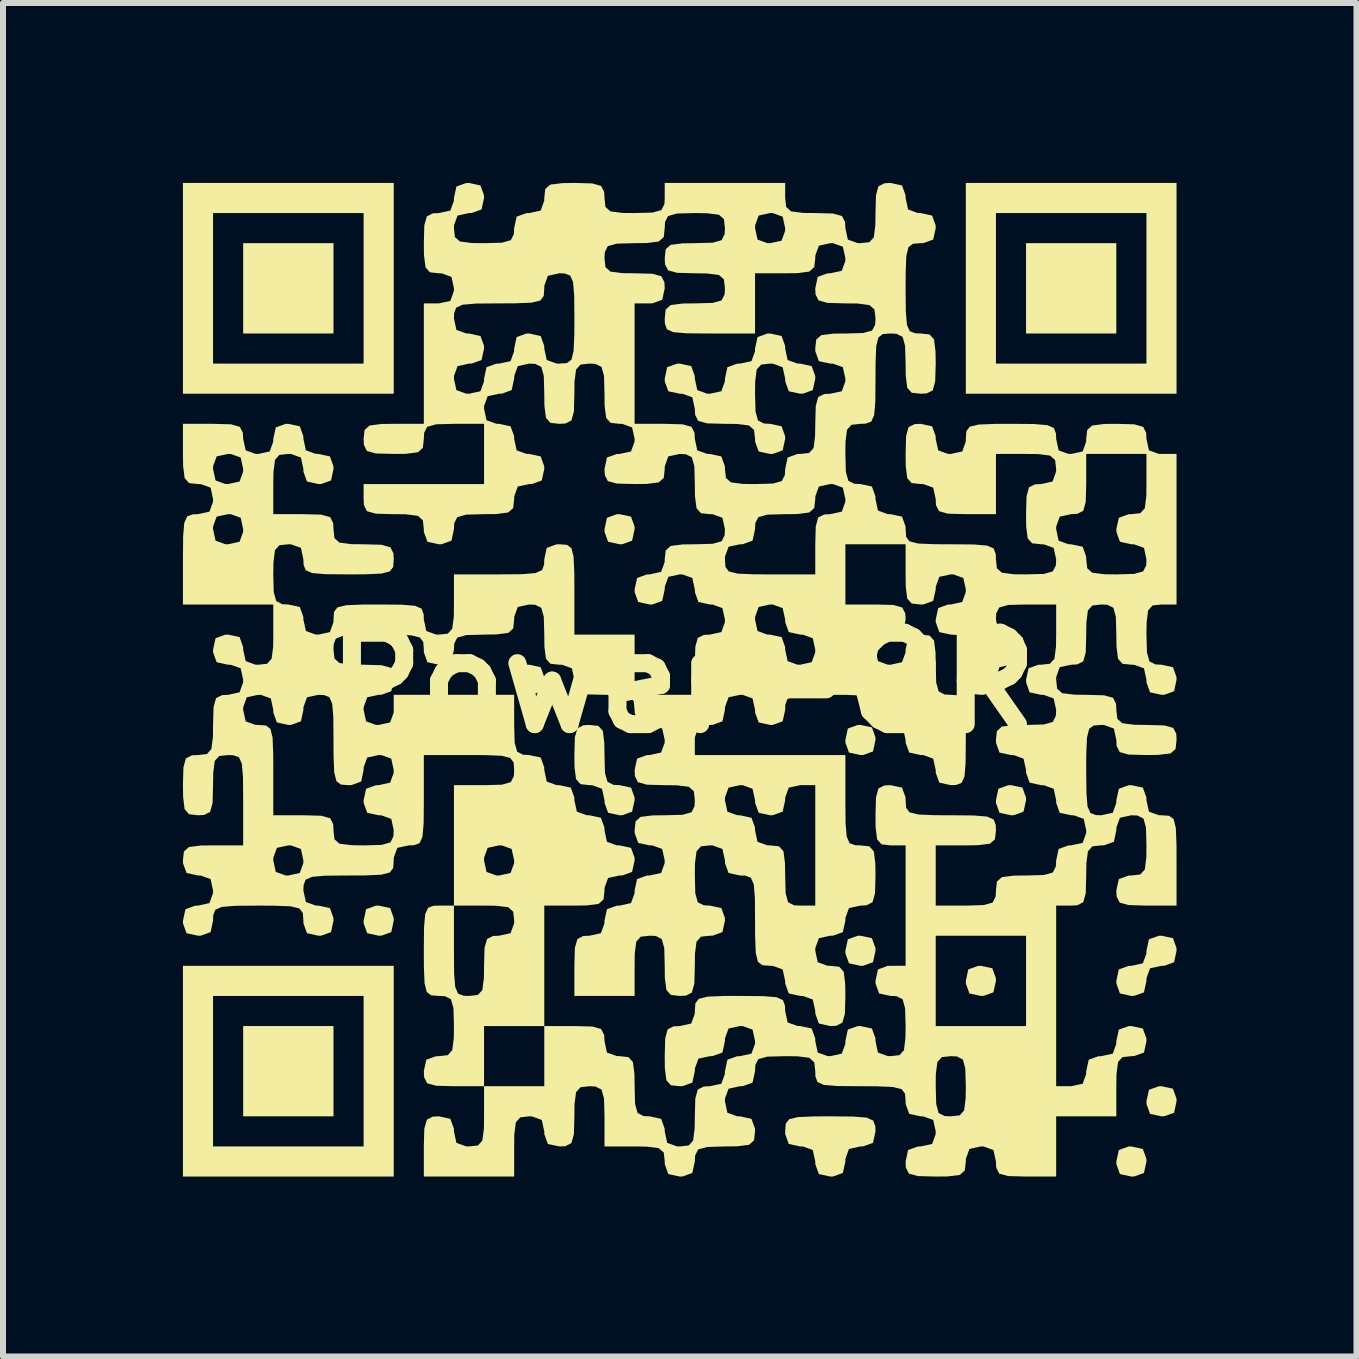
<source format=kicad_pcb>
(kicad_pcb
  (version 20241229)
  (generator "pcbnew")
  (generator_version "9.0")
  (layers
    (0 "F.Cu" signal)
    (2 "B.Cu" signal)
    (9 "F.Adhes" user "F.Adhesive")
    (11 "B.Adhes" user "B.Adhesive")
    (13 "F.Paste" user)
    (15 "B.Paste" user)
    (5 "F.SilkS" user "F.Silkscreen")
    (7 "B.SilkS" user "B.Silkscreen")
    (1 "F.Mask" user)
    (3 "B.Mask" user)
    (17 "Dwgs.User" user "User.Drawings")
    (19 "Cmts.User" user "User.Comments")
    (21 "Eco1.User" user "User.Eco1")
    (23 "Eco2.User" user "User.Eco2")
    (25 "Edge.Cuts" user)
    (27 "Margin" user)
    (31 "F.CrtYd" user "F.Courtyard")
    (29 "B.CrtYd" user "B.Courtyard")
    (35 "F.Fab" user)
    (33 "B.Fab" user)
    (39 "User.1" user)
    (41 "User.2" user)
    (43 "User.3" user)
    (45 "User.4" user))
  (footprint "Power-QR"
    (layer "F.Cu")
    (at 8.333 8.333)
    (property "Reference" "Power-QR" (at 0 0 0) (layer "F.SilkS") (effects (font (size 1.524 1.524) (thickness 0.3))))
    (attr board_only exclude_from_pos_files exclude_from_bom)
    (fp_poly (pts (xy -5.823 -5.823) (xy -7.329 -5.823) (xy -7.329 -7.329) (xy -5.823 -7.329)) (stroke (width 0) (type solid)) (fill yes) (layer "F.SilkS"))
    (fp_poly (pts (xy -5.823 7.228) (xy -7.329 7.228) (xy -7.329 5.723) (xy -5.823 5.723)) (stroke (width 0) (type solid)) (fill yes) (layer "F.SilkS"))
    (fp_poly (pts (xy 7.228 -5.823) (xy 5.723 -5.823) (xy 5.723 -7.329) (xy 7.228 -7.329)) (stroke (width 0) (type solid)) (fill yes) (layer "F.SilkS"))
    (fp_poly (pts (xy -4.819 -4.819) (xy -8.333 -4.819) (xy -8.333 -5.321) (xy -7.831 -5.321) (xy -5.321 -5.321) (xy -5.321 -7.831) (xy -7.831 -7.831) (xy -7.831 -5.321) (xy -8.333 -5.321) (xy -8.333 -8.333) (xy -4.819 -8.333)) (stroke (width 0) (type solid)) (fill yes) (layer "F.SilkS"))
    (fp_poly (pts (xy -4.819 8.232) (xy -8.333 8.232) (xy -8.333 7.73) (xy -7.831 7.73) (xy -5.321 7.73) (xy -5.321 5.221) (xy -7.831 5.221) (xy -7.831 7.73) (xy -8.333 7.73) (xy -8.333 4.719) (xy -4.819 4.719)) (stroke (width 0) (type solid)) (fill yes) (layer "F.SilkS"))
    (fp_poly (pts (xy 8.232 -4.819) (xy 4.719 -4.819) (xy 4.719 -5.321) (xy 5.221 -5.321) (xy 7.73 -5.321) (xy 7.73 -7.831) (xy 5.221 -7.831) (xy 5.221 -5.321) (xy 4.719 -5.321) (xy 4.719 -8.333) (xy 8.232 -8.333)) (stroke (width 0) (type solid)) (fill yes) (layer "F.SilkS"))
    (fp_poly (pts (xy -4.879 3.756) (xy -4.82 3.919) (xy -4.819 3.966) (xy -4.86 4.157) (xy -5.024 4.216) (xy -5.07 4.217) (xy -5.261 4.175) (xy -5.32 4.012) (xy -5.321 3.966) (xy -5.279 3.775) (xy -5.116 3.716) (xy -5.07 3.715)) (stroke (width 0) (type solid)) (fill yes) (layer "F.SilkS"))
    (fp_poly (pts (xy -2.369 -0.26) (xy -2.31 -0.096) (xy -2.309 -0.05) (xy -2.351 0.141) (xy -2.514 0.2) (xy -2.56 0.201) (xy -2.751 0.159) (xy -2.81 -0.004) (xy -2.811 -0.05) (xy -2.77 -0.241) (xy -2.606 -0.3) (xy -2.56 -0.301)) (stroke (width 0) (type solid)) (fill yes) (layer "F.SilkS"))
    (fp_poly (pts (xy -0.863 -2.77) (xy -0.804 -2.606) (xy -0.803 -2.56) (xy -0.845 -2.369) (xy -1.008 -2.31) (xy -1.054 -2.309) (xy -1.245 -2.351) (xy -1.304 -2.514) (xy -1.305 -2.56) (xy -1.264 -2.751) (xy -1.1 -2.81) (xy -1.054 -2.811)) (stroke (width 0) (type solid)) (fill yes) (layer "F.SilkS"))
    (fp_poly (pts (xy 3.153 0.744) (xy 3.212 0.908) (xy 3.213 0.954) (xy 3.171 1.145) (xy 3.008 1.204) (xy 2.962 1.205) (xy 2.771 1.163) (xy 2.712 1) (xy 2.711 0.954) (xy 2.752 0.763) (xy 2.915 0.704) (xy 2.962 0.703)) (stroke (width 0) (type solid)) (fill yes) (layer "F.SilkS"))
    (fp_poly (pts (xy 3.153 4.258) (xy 3.212 4.421) (xy 3.213 4.468) (xy 3.171 4.659) (xy 3.008 4.718) (xy 2.962 4.719) (xy 2.771 4.677) (xy 2.712 4.514) (xy 2.711 4.468) (xy 2.752 4.277) (xy 2.915 4.218) (xy 2.962 4.217)) (stroke (width 0) (type solid)) (fill yes) (layer "F.SilkS"))
    (fp_poly (pts (xy 5.161 4.76) (xy 5.219 4.923) (xy 5.221 4.97) (xy 5.179 5.161) (xy 5.016 5.219) (xy 4.97 5.221) (xy 4.779 5.179) (xy 4.72 5.016) (xy 4.719 4.97) (xy 4.76 4.779) (xy 4.923 4.72) (xy 4.97 4.719)) (stroke (width 0) (type solid)) (fill yes) (layer "F.SilkS"))
    (fp_poly (pts (xy 5.663 1.748) (xy 5.721 1.911) (xy 5.723 1.958) (xy 5.681 2.149) (xy 5.518 2.208) (xy 5.472 2.209) (xy 5.28 2.167) (xy 5.222 2.004) (xy 5.221 1.958) (xy 5.262 1.767) (xy 5.425 1.708) (xy 5.472 1.707)) (stroke (width 0) (type solid)) (fill yes) (layer "F.SilkS"))
    (fp_poly (pts (xy 7.67 7.772) (xy 7.729 7.935) (xy 7.73 7.981) (xy 7.689 8.172) (xy 7.526 8.231) (xy 7.479 8.232) (xy 7.288 8.191) (xy 7.23 8.028) (xy 7.228 7.981) (xy 7.27 7.79) (xy 7.433 7.731) (xy 7.479 7.73)) (stroke (width 0) (type solid)) (fill yes) (layer "F.SilkS"))
    (fp_poly (pts (xy 8.172 6.768) (xy 8.231 6.931) (xy 8.232 6.977) (xy 8.191 7.169) (xy 8.028 7.227) (xy 7.981 7.228) (xy 7.79 7.187) (xy 7.731 7.024) (xy 7.73 6.977) (xy 7.772 6.786) (xy 7.935 6.728) (xy 7.981 6.726)) (stroke (width 0) (type solid)) (fill yes) (layer "F.SilkS"))
    (fp_poly (pts (xy 8.172 4.258) (xy 8.231 4.421) (xy 8.232 4.468) (xy 8.191 4.659) (xy 8.028 4.718) (xy 7.981 4.719) (xy 7.79 4.76) (xy 7.731 4.923) (xy 7.73 4.97) (xy 7.689 5.161) (xy 7.526 5.219) (xy 7.479 5.221) (xy 7.288 5.179) (xy 7.23 5.016) (xy 7.228 4.97) (xy 7.27 4.779) (xy 7.433 4.72) (xy 7.479 4.719) (xy 7.67 4.677) (xy 7.729 4.514) (xy 7.73 4.468) (xy 7.772 4.277) (xy 7.935 4.218) (xy 7.981 4.217)) (stroke (width 0) (type solid)) (fill yes) (layer "F.SilkS"))
    (fp_poly (pts (xy -1.407 0.719) (xy -1.333 0.802) (xy -1.308 1.003) (xy -1.305 1.205) (xy -1.297 1.503) (xy -1.255 1.651) (xy -1.155 1.702) (xy -1.054 1.707) (xy -0.863 1.748) (xy -0.804 1.911) (xy -0.803 1.958) (xy -0.845 2.149) (xy -1.008 2.208) (xy -1.054 2.209) (xy -1.245 2.167) (xy -1.304 2.004) (xy -1.305 1.958) (xy -1.347 1.767) (xy -1.51 1.708) (xy -1.556 1.707) (xy -1.705 1.69) (xy -1.779 1.607) (xy -1.805 1.406) (xy -1.807 1.205) (xy -1.799 0.907) (xy -1.757 0.758) (xy -1.657 0.708) (xy -1.556 0.703)) (stroke (width 0) (type solid)) (fill yes) (layer "F.SilkS"))
    (fp_poly (pts (xy 2.843 7.232) (xy 3.067 7.25) (xy 3.175 7.299) (xy 3.21 7.391) (xy 3.213 7.479) (xy 3.171 7.67) (xy 3.008 7.729) (xy 2.962 7.73) (xy 2.771 7.772) (xy 2.712 7.935) (xy 2.711 7.981) (xy 2.669 8.172) (xy 2.506 8.231) (xy 2.46 8.232) (xy 2.269 8.191) (xy 2.21 8.028) (xy 2.209 7.981) (xy 2.167 7.79) (xy 2.004 7.731) (xy 1.958 7.73) (xy 1.767 7.689) (xy 1.708 7.526) (xy 1.707 7.479) (xy 1.716 7.352) (xy 1.772 7.277) (xy 1.918 7.241) (xy 2.195 7.229) (xy 2.46 7.228)) (stroke (width 0) (type solid)) (fill yes) (layer "F.SilkS"))
    (fp_poly (pts (xy 1.647 -5.781) (xy 1.706 -5.618) (xy 1.707 -5.572) (xy 1.748 -5.381) (xy 1.911 -5.322) (xy 1.958 -5.321) (xy 2.149 -5.279) (xy 2.208 -5.116) (xy 2.209 -5.07) (xy 2.167 -4.879) (xy 2.004 -4.82) (xy 1.958 -4.819) (xy 1.767 -4.86) (xy 1.708 -5.024) (xy 1.707 -5.07) (xy 1.665 -5.261) (xy 1.502 -5.32) (xy 1.456 -5.321) (xy 1.307 -5.305) (xy 1.232 -5.222) (xy 1.207 -5.02) (xy 1.205 -4.819) (xy 1.213 -4.521) (xy 1.254 -4.372) (xy 1.355 -4.322) (xy 1.456 -4.317) (xy 1.647 -4.276) (xy 1.706 -4.112) (xy 1.707 -4.066) (xy 1.665 -3.875) (xy 1.502 -3.816) (xy 1.456 -3.815) (xy 1.265 -3.856) (xy 1.206 -4.02) (xy 1.205 -4.066) (xy 1.188 -4.215) (xy 1.105 -4.289) (xy 0.904 -4.315) (xy 0.703 -4.317) (xy 0.405 -4.325) (xy 0.256 -4.367) (xy 0.206 -4.467) (xy 0.201 -4.568) (xy 0.159 -4.759) (xy -0.004 -4.818) (xy -0.05 -4.819) (xy -0.241 -4.86) (xy -0.3 -5.024) (xy -0.301 -5.07) (xy -0.26 -5.261) (xy -0.096 -5.32) (xy -0.05 -5.321) (xy 0.141 -5.279) (xy 0.2 -5.116) (xy 0.201 -5.07) (xy 0.242 -4.879) (xy 0.406 -4.82) (xy 0.452 -4.819) (xy 0.643 -4.86) (xy 0.702 -5.024) (xy 0.703 -5.07) (xy 0.744 -5.261) (xy 0.908 -5.32) (xy 0.954 -5.321) (xy 1.145 -5.362) (xy 1.204 -5.526) (xy 1.205 -5.572) (xy 1.246 -5.763) (xy 1.409 -5.822) (xy 1.456 -5.823)) (stroke (width 0) (type solid)) (fill yes) (layer "F.SilkS"))
    (fp_poly (pts (xy 1.707 -8.082) (xy 1.723 -7.933) (xy 1.806 -7.859) (xy 2.007 -7.833) (xy 2.209 -7.831) (xy 2.507 -7.823) (xy 2.655 -7.781) (xy 2.706 -7.681) (xy 2.711 -7.58) (xy 2.752 -7.389) (xy 2.915 -7.33) (xy 2.962 -7.329) (xy 3.111 -7.345) (xy 3.185 -7.428) (xy 3.21 -7.629) (xy 3.213 -7.831) (xy 3.221 -8.129) (xy 3.262 -8.277) (xy 3.363 -8.328) (xy 3.464 -8.333) (xy 3.655 -8.291) (xy 3.714 -8.128) (xy 3.715 -8.082) (xy 3.756 -7.891) (xy 3.919 -7.832) (xy 3.966 -7.831) (xy 4.157 -7.789) (xy 4.216 -7.626) (xy 4.217 -7.58) (xy 4.175 -7.389) (xy 4.012 -7.33) (xy 3.966 -7.329) (xy 3.838 -7.319) (xy 3.763 -7.263) (xy 3.727 -7.118) (xy 3.716 -6.84) (xy 3.715 -6.576) (xy 3.718 -6.193) (xy 3.737 -5.968) (xy 3.785 -5.86) (xy 3.877 -5.826) (xy 3.966 -5.823) (xy 4.115 -5.807) (xy 4.189 -5.724) (xy 4.214 -5.522) (xy 4.217 -5.321) (xy 4.208 -5.023) (xy 4.167 -4.874) (xy 4.066 -4.824) (xy 3.966 -4.819) (xy 3.817 -4.835) (xy 3.742 -4.918) (xy 3.717 -5.119) (xy 3.715 -5.321) (xy 3.706 -5.619) (xy 3.665 -5.767) (xy 3.564 -5.818) (xy 3.464 -5.823) (xy 3.336 -5.814) (xy 3.261 -5.757) (xy 3.225 -5.612) (xy 3.214 -5.334) (xy 3.213 -5.07) (xy 3.21 -4.687) (xy 3.191 -4.462) (xy 3.142 -4.354) (xy 3.05 -4.32) (xy 2.962 -4.317) (xy 2.813 -4.301) (xy 2.738 -4.218) (xy 2.713 -4.016) (xy 2.711 -3.815) (xy 2.719 -3.517) (xy 2.76 -3.368) (xy 2.861 -3.318) (xy 2.962 -3.313) (xy 3.153 -3.272) (xy 3.212 -3.108) (xy 3.213 -3.062) (xy 3.254 -2.871) (xy 3.417 -2.812) (xy 3.464 -2.811) (xy 3.655 -2.77) (xy 3.714 -2.606) (xy 3.715 -2.56) (xy 3.724 -2.432) (xy 3.78 -2.358) (xy 3.926 -2.321) (xy 4.203 -2.31) (xy 4.468 -2.309) (xy 4.851 -2.306) (xy 5.075 -2.287) (xy 5.183 -2.239) (xy 5.218 -2.146) (xy 5.221 -2.058) (xy 5.237 -1.909) (xy 5.32 -1.835) (xy 5.521 -1.809) (xy 5.723 -1.807) (xy 6.02 -1.815) (xy 6.169 -1.857) (xy 6.22 -1.957) (xy 6.225 -2.058) (xy 6.183 -2.249) (xy 6.02 -2.308) (xy 5.974 -2.309) (xy 5.825 -2.325) (xy 5.75 -2.408) (xy 5.731 -2.56) (xy 6.225 -2.56) (xy 6.266 -2.369) (xy 6.429 -2.31) (xy 6.475 -2.309) (xy 6.667 -2.268) (xy 6.725 -2.104) (xy 6.726 -2.058) (xy 6.743 -1.909) (xy 6.826 -1.835) (xy 7.027 -1.809) (xy 7.228 -1.807) (xy 7.526 -1.815) (xy 7.675 -1.857) (xy 7.726 -1.957) (xy 7.73 -2.058) (xy 7.689 -2.249) (xy 7.526 -2.308) (xy 7.479 -2.309) (xy 7.288 -2.351) (xy 7.23 -2.514) (xy 7.228 -2.56) (xy 7.27 -2.751) (xy 7.433 -2.81) (xy 7.479 -2.811) (xy 7.628 -2.827) (xy 7.703 -2.91) (xy 7.728 -3.112) (xy 7.73 -3.313) (xy 7.73 -3.815) (xy 6.726 -3.815) (xy 6.726 -3.313) (xy 6.718 -3.015) (xy 6.677 -2.867) (xy 6.576 -2.816) (xy 6.475 -2.811) (xy 6.284 -2.77) (xy 6.226 -2.606) (xy 6.225 -2.56) (xy 5.731 -2.56) (xy 5.725 -2.61) (xy 5.723 -2.811) (xy 5.731 -3.109) (xy 5.772 -3.258) (xy 5.873 -3.308) (xy 5.974 -3.313) (xy 6.165 -3.355) (xy 6.223 -3.518) (xy 6.225 -3.564) (xy 6.208 -3.713) (xy 6.125 -3.787) (xy 5.924 -3.813) (xy 5.723 -3.815) (xy 5.221 -3.815) (xy 5.221 -2.811) (xy 4.719 -2.811) (xy 4.421 -2.819) (xy 4.272 -2.861) (xy 4.221 -2.961) (xy 4.217 -3.062) (xy 4.175 -3.253) (xy 4.012 -3.312) (xy 3.966 -3.313) (xy 3.817 -3.329) (xy 3.742 -3.412) (xy 3.717 -3.614) (xy 3.715 -3.815) (xy 3.723 -4.113) (xy 3.764 -4.262) (xy 3.865 -4.312) (xy 3.966 -4.317) (xy 4.157 -4.276) (xy 4.216 -4.112) (xy 4.217 -4.066) (xy 4.258 -3.875) (xy 4.421 -3.816) (xy 4.468 -3.815) (xy 4.659 -3.856) (xy 4.718 -4.02) (xy 4.719 -4.066) (xy 4.728 -4.194) (xy 4.784 -4.269) (xy 4.93 -4.305) (xy 5.207 -4.316) (xy 5.472 -4.317) (xy 5.855 -4.314) (xy 6.079 -4.295) (xy 6.187 -4.247) (xy 6.222 -4.154) (xy 6.225 -4.066) (xy 6.266 -3.875) (xy 6.429 -3.816) (xy 6.475 -3.815) (xy 6.667 -3.856) (xy 6.725 -4.02) (xy 6.726 -4.066) (xy 6.743 -4.215) (xy 6.826 -4.289) (xy 7.027 -4.315) (xy 7.228 -4.317) (xy 7.526 -4.309) (xy 7.675 -4.267) (xy 7.726 -4.167) (xy 7.73 -4.066) (xy 7.772 -3.875) (xy 7.935 -3.816) (xy 7.981 -3.815) (xy 8.232 -3.815) (xy 8.232 -1.305) (xy 7.981 -1.305) (xy 7.832 -1.289) (xy 7.758 -1.206) (xy 7.733 -1.005) (xy 7.73 -0.803) (xy 7.739 -0.505) (xy 7.78 -0.357) (xy 7.881 -0.306) (xy 7.981 -0.301) (xy 8.172 -0.26) (xy 8.231 -0.096) (xy 8.232 -0.05) (xy 8.191 0.141) (xy 8.028 0.2) (xy 7.981 0.201) (xy 7.79 0.159) (xy 7.731 -0.004) (xy 7.73 -0.05) (xy 7.689 -0.241) (xy 7.526 -0.3) (xy 7.479 -0.301) (xy 7.33 -0.317) (xy 7.256 -0.401) (xy 7.231 -0.602) (xy 7.228 -0.803) (xy 7.22 -1.101) (xy 7.179 -1.25) (xy 7.078 -1.3) (xy 6.977 -1.305) (xy 6.829 -1.289) (xy 6.754 -1.206) (xy 6.729 -1.005) (xy 6.726 -0.803) (xy 6.718 -0.505) (xy 6.677 -0.357) (xy 6.576 -0.306) (xy 6.475 -0.301) (xy 6.284 -0.26) (xy 6.226 -0.096) (xy 6.225 -0.05) (xy 6.241 0.099) (xy 6.324 0.173) (xy 6.525 0.198) (xy 6.726 0.201) (xy 7.024 0.209) (xy 7.173 0.25) (xy 7.224 0.351) (xy 7.228 0.452) (xy 7.245 0.601) (xy 7.328 0.675) (xy 7.529 0.7) (xy 7.73 0.703) (xy 8.028 0.711) (xy 8.177 0.752) (xy 8.228 0.853) (xy 8.232 0.954) (xy 8.216 1.103) (xy 8.133 1.177) (xy 7.932 1.202) (xy 7.73 1.205) (xy 7.433 1.197) (xy 7.284 1.155) (xy 7.233 1.054) (xy 7.228 0.954) (xy 7.187 0.763) (xy 7.024 0.704) (xy 6.977 0.703) (xy 6.85 0.712) (xy 6.775 0.768) (xy 6.739 0.914) (xy 6.727 1.191) (xy 6.726 1.456) (xy 6.73 1.839) (xy 6.748 2.063) (xy 6.797 2.172) (xy 6.889 2.206) (xy 6.977 2.209) (xy 7.169 2.167) (xy 7.227 2.004) (xy 7.228 1.958) (xy 7.27 1.767) (xy 7.433 1.708) (xy 7.479 1.707) (xy 7.67 1.748) (xy 7.729 1.911) (xy 7.73 1.958) (xy 7.772 2.149) (xy 7.935 2.208) (xy 7.981 2.209) (xy 8.109 2.218) (xy 8.184 2.274) (xy 8.22 2.42) (xy 8.231 2.697) (xy 8.232 2.962) (xy 8.232 3.715) (xy 7.73 3.715) (xy 7.433 3.706) (xy 7.284 3.665) (xy 7.233 3.564) (xy 7.228 3.464) (xy 7.27 3.273) (xy 7.433 3.214) (xy 7.479 3.213) (xy 7.628 3.196) (xy 7.703 3.113) (xy 7.728 2.912) (xy 7.73 2.711) (xy 7.722 2.413) (xy 7.681 2.264) (xy 7.58 2.213) (xy 7.479 2.209) (xy 7.288 2.25) (xy 7.23 2.413) (xy 7.228 2.46) (xy 7.187 2.651) (xy 7.024 2.71) (xy 6.977 2.711) (xy 6.829 2.727) (xy 6.754 2.81) (xy 6.729 3.011) (xy 6.726 3.213) (xy 6.718 3.511) (xy 6.677 3.659) (xy 6.576 3.71) (xy 6.475 3.715) (xy 6.225 3.715) (xy 6.225 6.726) (xy 6.475 6.726) (xy 6.667 6.685) (xy 6.725 6.522) (xy 6.726 6.475) (xy 6.768 6.284) (xy 6.931 6.226) (xy 6.977 6.225) (xy 7.169 6.183) (xy 7.227 6.02) (xy 7.228 5.974) (xy 7.27 5.782) (xy 7.433 5.724) (xy 7.479 5.723) (xy 7.67 5.764) (xy 7.729 5.927) (xy 7.73 5.974) (xy 7.689 6.165) (xy 7.526 6.223) (xy 7.479 6.225) (xy 7.33 6.241) (xy 7.256 6.324) (xy 7.231 6.525) (xy 7.228 6.726) (xy 7.228 7.228) (xy 6.225 7.228) (xy 6.225 8.232) (xy 5.723 8.232) (xy 5.425 8.224) (xy 5.276 8.183) (xy 5.225 8.082) (xy 5.221 7.981) (xy 5.179 7.79) (xy 5.016 7.731) (xy 4.97 7.73) (xy 4.779 7.772) (xy 4.72 7.935) (xy 4.719 7.981) (xy 4.702 8.13) (xy 4.619 8.205) (xy 4.418 8.23) (xy 4.217 8.232) (xy 3.919 8.224) (xy 3.77 8.183) (xy 3.719 8.082) (xy 3.715 7.981) (xy 3.756 7.79) (xy 3.919 7.731) (xy 3.966 7.73) (xy 4.157 7.689) (xy 4.216 7.526) (xy 4.217 7.479) (xy 4.175 7.288) (xy 4.012 7.23) (xy 3.966 7.228) (xy 3.775 7.187) (xy 3.716 7.024) (xy 3.715 6.977) (xy 3.705 6.85) (xy 3.649 6.775) (xy 3.503 6.739) (xy 3.226 6.727) (xy 2.962 6.726) (xy 4.217 6.726) (xy 4.225 7.024) (xy 4.266 7.173) (xy 4.367 7.224) (xy 4.468 7.228) (xy 4.617 7.212) (xy 4.691 7.129) (xy 4.716 6.928) (xy 4.719 6.726) (xy 4.71 6.429) (xy 4.669 6.28) (xy 4.568 6.229) (xy 4.468 6.225) (xy 4.319 6.241) (xy 4.244 6.324) (xy 4.219 6.525) (xy 4.217 6.726) (xy 2.962 6.726) (xy 2.579 6.723) (xy 2.354 6.705) (xy 2.246 6.656) (xy 2.211 6.564) (xy 2.209 6.475) (xy 2.192 6.327) (xy 2.109 6.252) (xy 1.908 6.227) (xy 1.707 6.225) (xy 1.409 6.233) (xy 1.26 6.274) (xy 1.209 6.375) (xy 1.205 6.475) (xy 1.163 6.667) (xy 1 6.725) (xy 0.954 6.726) (xy 0.763 6.768) (xy 0.704 6.931) (xy 0.703 6.977) (xy 0.744 7.169) (xy 0.908 7.227) (xy 0.954 7.228) (xy 1.145 7.27) (xy 1.204 7.433) (xy 1.205 7.479) (xy 1.188 7.628) (xy 1.105 7.703) (xy 0.904 7.728) (xy 0.703 7.73) (xy 0.405 7.739) (xy 0.256 7.78) (xy 0.206 7.881) (xy 0.201 7.981) (xy 0.159 8.172) (xy -0.004 8.231) (xy -0.05 8.232) (xy -0.241 8.191) (xy -0.3 8.028) (xy -0.301 7.981) (xy -0.317 7.832) (xy -0.401 7.758) (xy -0.602 7.733) (xy -0.803 7.73) (xy -1.305 7.73) (xy -1.305 7.228) (xy -1.313 6.931) (xy -1.355 6.782) (xy -1.455 6.731) (xy -1.556 6.726) (xy -1.705 6.743) (xy -1.779 6.826) (xy -1.805 7.027) (xy -1.807 7.228) (xy -1.815 7.526) (xy -1.857 7.675) (xy -1.957 7.726) (xy -2.058 7.73) (xy -2.249 7.689) (xy -2.308 7.526) (xy -2.309 7.479) (xy -2.351 7.288) (xy -2.514 7.23) (xy -2.56 7.228) (xy -2.709 7.245) (xy -2.783 7.328) (xy -2.809 7.529) (xy -2.811 7.73) (xy -2.811 8.232) (xy -4.317 8.232) (xy -4.317 7.73) (xy -4.309 7.433) (xy -4.267 7.284) (xy -4.167 7.233) (xy -4.066 7.228) (xy -3.875 7.27) (xy -3.816 7.433) (xy -3.815 7.479) (xy -3.774 7.67) (xy -3.61 7.729) (xy -3.564 7.73) (xy -3.415 7.714) (xy -3.341 7.631) (xy -3.315 7.43) (xy -3.313 7.228) (xy -3.313 6.726) (xy -2.309 6.726) (xy -2.309 5.723) (xy -3.313 5.723) (xy -3.313 6.726) (xy -3.815 6.726) (xy -4.113 6.718) (xy -4.262 6.677) (xy -4.312 6.576) (xy -4.317 6.475) (xy -4.276 6.284) (xy -4.112 6.226) (xy -4.066 6.225) (xy -3.917 6.208) (xy -3.843 6.125) (xy -3.817 5.924) (xy -3.815 5.723) (xy -3.823 5.425) (xy -3.865 5.276) (xy -3.965 5.225) (xy -4.066 5.221) (xy -4.194 5.211) (xy -4.269 5.155) (xy -4.305 5.009) (xy -4.316 4.732) (xy -4.317 4.468) (xy -3.815 4.468) (xy -3.812 4.851) (xy -3.793 5.075) (xy -3.745 5.183) (xy -3.652 5.218) (xy -3.564 5.221) (xy -3.415 5.204) (xy -3.341 5.121) (xy -3.315 4.92) (xy -3.313 4.719) (xy -3.305 4.421) (xy -3.263 4.272) (xy -3.163 4.221) (xy -3.062 4.217) (xy -2.871 4.175) (xy -2.812 4.012) (xy -2.811 3.966) (xy -2.827 3.817) (xy -2.91 3.742) (xy -3.112 3.717) (xy -3.313 3.715) (xy -3.815 3.715) (xy -3.815 4.468) (xy -4.317 4.468) (xy -4.314 4.085) (xy -4.295 3.86) (xy -4.247 3.752) (xy -4.154 3.717) (xy -4.066 3.715) (xy -3.815 3.715) (xy -3.815 2.962) (xy -3.313 2.962) (xy -3.272 3.153) (xy -3.108 3.212) (xy -3.062 3.213) (xy -2.871 3.171) (xy -2.812 3.008) (xy -2.811 2.962) (xy -2.853 2.771) (xy -3.016 2.712) (xy -3.062 2.711) (xy -3.253 2.752) (xy -3.312 2.915) (xy -3.313 2.962) (xy -3.815 2.962) (xy -3.815 1.707) (xy -3.313 1.707) (xy -3.015 1.699) (xy -2.867 1.657) (xy -2.816 1.556) (xy -2.811 1.456) (xy -2.82 1.328) (xy -2.877 1.253) (xy -3.022 1.217) (xy -3.3 1.206) (xy -3.564 1.205) (xy -4.317 1.205) (xy -4.317 1.958) (xy -4.32 2.341) (xy -4.339 2.565) (xy -4.387 2.674) (xy -4.48 2.708) (xy -4.568 2.711) (xy -4.759 2.752) (xy -4.818 2.915) (xy -4.819 2.962) (xy -4.828 3.089) (xy -4.885 3.164) (xy -5.03 3.2) (xy -5.307 3.212) (xy -5.572 3.213) (xy -5.955 3.216) (xy -6.179 3.235) (xy -6.288 3.283) (xy -6.322 3.375) (xy -6.325 3.464) (xy -6.283 3.655) (xy -6.12 3.714) (xy -6.074 3.715) (xy -5.883 3.756) (xy -5.824 3.919) (xy -5.823 3.966) (xy -5.864 4.157) (xy -6.028 4.216) (xy -6.074 4.217) (xy -6.265 4.175) (xy -6.324 4.012) (xy -6.325 3.966) (xy -6.334 3.838) (xy -6.391 3.763) (xy -6.536 3.727) (xy -6.813 3.716) (xy -7.078 3.715) (xy -7.461 3.718) (xy -7.685 3.737) (xy -7.794 3.785) (xy -7.828 3.877) (xy -7.831 3.966) (xy -7.872 4.157) (xy -8.036 4.216) (xy -8.082 4.217) (xy -8.273 4.175) (xy -8.332 4.012) (xy -8.333 3.966) (xy -8.291 3.775) (xy -8.128 3.716) (xy -8.082 3.715) (xy -7.891 3.673) (xy -7.832 3.51) (xy -7.831 3.464) (xy -7.872 3.273) (xy -8.036 3.214) (xy -8.082 3.213) (xy -8.273 3.171) (xy -8.332 3.008) (xy -8.333 2.962) (xy -6.827 2.962) (xy -6.785 3.153) (xy -6.622 3.212) (xy -6.576 3.213) (xy -6.385 3.171) (xy -6.326 3.008) (xy -6.325 2.962) (xy -6.366 2.771) (xy -6.53 2.712) (xy -6.576 2.711) (xy -6.767 2.752) (xy -6.826 2.915) (xy -6.827 2.962) (xy -8.333 2.962) (xy -8.317 2.813) (xy -8.233 2.738) (xy -8.032 2.713) (xy -7.831 2.711) (xy -7.329 2.711) (xy -7.329 1.958) (xy -7.332 1.575) (xy -7.351 1.35) (xy -7.399 1.242) (xy -7.492 1.208) (xy -7.58 1.205) (xy -7.729 1.221) (xy -7.803 1.304) (xy -7.828 1.505) (xy -7.831 1.707) (xy -7.839 2.005) (xy -7.88 2.153) (xy -7.981 2.204) (xy -8.082 2.209) (xy -8.231 2.192) (xy -8.305 2.109) (xy -8.33 1.908) (xy -8.333 1.707) (xy -8.325 1.409) (xy -8.283 1.26) (xy -8.183 1.209) (xy -8.082 1.205) (xy -7.933 1.188) (xy -7.859 1.105) (xy -7.833 0.904) (xy -7.831 0.703) (xy -7.824 0.452) (xy -7.329 0.452) (xy -7.287 0.643) (xy -7.124 0.702) (xy -7.078 0.703) (xy -6.95 0.712) (xy -6.875 0.768) (xy -6.839 0.914) (xy -6.828 1.191) (xy -6.827 1.456) (xy -6.827 2.209) (xy -6.325 2.209) (xy -6.027 2.217) (xy -5.878 2.258) (xy -5.828 2.359) (xy -5.823 2.46) (xy -5.807 2.609) (xy -5.724 2.683) (xy -5.522 2.708) (xy -5.321 2.711) (xy -5.023 2.703) (xy -4.874 2.661) (xy -4.824 2.56) (xy -4.819 2.46) (xy -4.86 2.269) (xy -5.024 2.21) (xy -5.07 2.209) (xy -5.261 2.167) (xy -5.32 2.004) (xy -5.321 1.958) (xy -5.279 1.767) (xy -5.116 1.708) (xy -5.07 1.707) (xy -4.879 1.665) (xy -4.82 1.502) (xy -4.819 1.456) (xy -4.86 1.265) (xy -5.024 1.206) (xy -5.07 1.205) (xy -5.261 1.246) (xy -5.32 1.409) (xy -5.321 1.456) (xy -5.362 1.647) (xy -5.526 1.706) (xy -5.572 1.707) (xy -5.7 1.697) (xy -5.774 1.641) (xy -5.811 1.495) (xy -5.822 1.218) (xy -5.823 0.954) (xy -5.826 0.571) (xy -5.845 0.346) (xy -5.893 0.238) (xy -5.986 0.204) (xy -6.074 0.201) (xy -6.265 0.242) (xy -6.324 0.406) (xy -6.325 0.452) (xy -6.366 0.643) (xy -6.53 0.702) (xy -6.576 0.703) (xy -6.767 0.661) (xy -6.826 0.498) (xy -6.827 0.452) (xy -6.868 0.261) (xy -7.032 0.202) (xy -7.078 0.201) (xy -7.269 0.242) (xy -7.328 0.406) (xy -7.329 0.452) (xy -7.824 0.452) (xy -7.823 0.405) (xy -7.781 0.256) (xy -7.681 0.206) (xy -7.58 0.201) (xy -7.389 0.159) (xy -7.33 -0.004) (xy -7.329 -0.05) (xy -7.37 -0.241) (xy -7.534 -0.3) (xy -7.58 -0.301) (xy -7.771 -0.343) (xy -7.83 -0.506) (xy -7.831 -0.552) (xy -7.789 -0.743) (xy -7.626 -0.802) (xy -7.58 -0.803) (xy -7.389 -0.762) (xy -7.33 -0.598) (xy -7.329 -0.552) (xy -7.287 -0.361) (xy -7.124 -0.302) (xy -7.078 -0.301) (xy -6.929 -0.317) (xy -6.855 -0.401) (xy -6.835 -0.552) (xy -5.823 -0.552) (xy -5.807 -0.403) (xy -5.724 -0.329) (xy -5.522 -0.304) (xy -5.321 -0.301) (xy -5.023 -0.293) (xy -4.874 -0.252) (xy -4.824 -0.151) (xy -4.819 -0.05) (xy -4.86 0.141) (xy -5.024 0.2) (xy -5.07 0.201) (xy -5.261 0.242) (xy -5.32 0.406) (xy -5.321 0.452) (xy -5.279 0.643) (xy -5.116 0.702) (xy -5.07 0.703) (xy -4.879 0.661) (xy -4.82 0.498) (xy -4.819 0.452) (xy -4.819 0.201) (xy -2.811 0.201) (xy -2.811 0.703) (xy -2.803 1.001) (xy -2.761 1.149) (xy -2.661 1.2) (xy -2.56 1.205) (xy -2.369 1.246) (xy -2.31 1.409) (xy -2.309 1.456) (xy -2.268 1.647) (xy -2.104 1.706) (xy -2.058 1.707) (xy -1.867 1.748) (xy -1.808 1.911) (xy -1.807 1.958) (xy -1.766 2.149) (xy -1.602 2.208) (xy -1.556 2.209) (xy -1.365 2.25) (xy -1.306 2.413) (xy -1.305 2.46) (xy -1.264 2.651) (xy -1.1 2.71) (xy -1.054 2.711) (xy -0.863 2.752) (xy -0.804 2.915) (xy -0.803 2.962) (xy -0.845 3.153) (xy -1.008 3.212) (xy -1.054 3.213) (xy -1.245 3.254) (xy -1.304 3.417) (xy -1.305 3.464) (xy -1.321 3.613) (xy -1.404 3.687) (xy -1.606 3.712) (xy -1.807 3.715) (xy -2.309 3.715) (xy -2.309 5.723) (xy -1.807 5.723) (xy -1.509 5.731) (xy -1.361 5.772) (xy -1.31 5.873) (xy -1.305 5.974) (xy -1.264 6.165) (xy -1.1 6.223) (xy -1.054 6.225) (xy -0.905 6.241) (xy -0.831 6.324) (xy -0.806 6.525) (xy -0.803 6.726) (xy -0.795 7.024) (xy -0.753 7.173) (xy -0.653 7.224) (xy -0.552 7.228) (xy -0.361 7.27) (xy -0.302 7.433) (xy -0.301 7.479) (xy -0.26 7.67) (xy -0.096 7.729) (xy -0.05 7.73) (xy 0.099 7.714) (xy 0.173 7.631) (xy 0.198 7.43) (xy 0.201 7.228) (xy 0.209 6.931) (xy 0.25 6.782) (xy 0.351 6.731) (xy 0.452 6.726) (xy 0.643 6.685) (xy 0.702 6.522) (xy 0.703 6.475) (xy 0.744 6.284) (xy 0.908 6.226) (xy 0.954 6.225) (xy 1.145 6.183) (xy 1.204 6.02) (xy 1.205 5.974) (xy 1.163 5.782) (xy 1 5.724) (xy 0.954 5.723) (xy 0.763 5.764) (xy 0.704 5.927) (xy 0.703 5.974) (xy 0.661 6.165) (xy 0.498 6.223) (xy 0.452 6.225) (xy 0.261 6.266) (xy 0.202 6.429) (xy 0.201 6.475) (xy 0.159 6.667) (xy -0.004 6.725) (xy -0.05 6.726) (xy -0.199 6.71) (xy -0.273 6.627) (xy -0.299 6.426) (xy -0.301 6.225) (xy -0.293 5.927) (xy -0.252 5.778) (xy -0.151 5.727) (xy -0.05 5.723) (xy 0.141 5.681) (xy 0.2 5.518) (xy 0.201 5.472) (xy 0.21 5.344) (xy 0.267 5.269) (xy 0.412 5.233) (xy 0.689 5.221) (xy 0.954 5.221) (xy 1.337 5.224) (xy 1.561 5.242) (xy 1.67 5.291) (xy 1.704 5.383) (xy 1.707 5.472) (xy 1.748 5.663) (xy 1.911 5.721) (xy 1.958 5.723) (xy 2.149 5.764) (xy 2.208 5.927) (xy 2.209 5.974) (xy 2.25 6.165) (xy 2.413 6.223) (xy 2.46 6.225) (xy 2.651 6.183) (xy 2.71 6.02) (xy 2.711 5.974) (xy 2.752 5.782) (xy 2.915 5.724) (xy 2.962 5.723) (xy 3.153 5.764) (xy 3.212 5.927) (xy 3.213 5.974) (xy 3.254 6.165) (xy 3.417 6.223) (xy 3.464 6.225) (xy 3.613 6.208) (xy 3.687 6.125) (xy 3.712 5.924) (xy 3.715 5.723) (xy 4.217 5.723) (xy 5.723 5.723) (xy 5.723 4.217) (xy 4.217 4.217) (xy 4.217 5.723) (xy 3.715 5.723) (xy 3.706 5.425) (xy 3.665 5.276) (xy 3.564 5.225) (xy 3.464 5.221) (xy 3.273 5.179) (xy 3.214 5.016) (xy 3.213 4.97) (xy 3.254 4.779) (xy 3.417 4.72) (xy 3.464 4.719) (xy 3.715 4.719) (xy 3.715 2.711) (xy 3.464 2.711) (xy 3.315 2.694) (xy 3.24 2.611) (xy 3.215 2.41) (xy 3.213 2.209) (xy 3.221 1.911) (xy 3.262 1.762) (xy 3.363 1.711) (xy 3.464 1.707) (xy 3.655 1.748) (xy 3.714 1.911) (xy 3.715 1.958) (xy 3.724 2.085) (xy 3.78 2.16) (xy 3.926 2.196) (xy 4.203 2.208) (xy 4.468 2.209) (xy 4.851 2.212) (xy 5.075 2.231) (xy 5.183 2.279) (xy 5.218 2.372) (xy 5.221 2.46) (xy 5.204 2.609) (xy 5.121 2.683) (xy 4.92 2.708) (xy 4.719 2.711) (xy 4.217 2.711) (xy 4.217 3.715) (xy 4.719 3.715) (xy 5.016 3.706) (xy 5.165 3.665) (xy 5.216 3.564) (xy 5.221 3.464) (xy 5.237 3.315) (xy 5.32 3.24) (xy 5.521 3.215) (xy 5.723 3.213) (xy 6.02 3.205) (xy 6.169 3.163) (xy 6.22 3.062) (xy 6.225 2.962) (xy 6.266 2.771) (xy 6.429 2.712) (xy 6.475 2.711) (xy 6.667 2.669) (xy 6.725 2.506) (xy 6.726 2.46) (xy 6.685 2.269) (xy 6.522 2.21) (xy 6.475 2.209) (xy 6.284 2.167) (xy 6.226 2.004) (xy 6.225 1.958) (xy 6.183 1.767) (xy 6.02 1.708) (xy 5.974 1.707) (xy 5.782 1.665) (xy 5.724 1.502) (xy 5.723 1.456) (xy 5.681 1.265) (xy 5.518 1.206) (xy 5.472 1.205) (xy 5.28 1.163) (xy 5.222 1) (xy 5.221 0.954) (xy 5.237 0.805) (xy 5.32 0.73) (xy 5.521 0.705) (xy 5.723 0.703) (xy 6.02 0.695) (xy 6.169 0.653) (xy 6.22 0.553) (xy 6.225 0.452) (xy 6.183 0.261) (xy 6.02 0.202) (xy 5.974 0.201) (xy 5.782 0.159) (xy 5.724 -0.004) (xy 5.723 -0.05) (xy 5.764 -0.241) (xy 5.927 -0.3) (xy 5.974 -0.301) (xy 6.122 -0.317) (xy 6.197 -0.401) (xy 6.222 -0.602) (xy 6.225 -0.803) (xy 6.225 -1.305) (xy 5.723 -1.305) (xy 5.425 -1.297) (xy 5.276 -1.255) (xy 5.225 -1.155) (xy 5.221 -1.054) (xy 5.262 -0.863) (xy 5.425 -0.804) (xy 5.472 -0.803) (xy 5.663 -0.762) (xy 5.721 -0.598) (xy 5.723 -0.552) (xy 5.681 -0.361) (xy 5.518 -0.302) (xy 5.472 -0.301) (xy 5.28 -0.26) (xy 5.222 -0.096) (xy 5.221 -0.05) (xy 5.179 0.141) (xy 5.016 0.2) (xy 4.97 0.201) (xy 4.821 0.185) (xy 4.746 0.101) (xy 4.721 -0.1) (xy 4.719 -0.301) (xy 4.71 -0.599) (xy 4.669 -0.748) (xy 4.568 -0.798) (xy 4.468 -0.803) (xy 4.277 -0.845) (xy 4.218 -1.008) (xy 4.217 -1.054) (xy 4.258 -1.245) (xy 4.421 -1.304) (xy 4.468 -1.305) (xy 4.659 -1.347) (xy 4.718 -1.51) (xy 4.719 -1.556) (xy 4.677 -1.747) (xy 4.514 -1.806) (xy 4.468 -1.807) (xy 4.277 -1.766) (xy 4.218 -1.602) (xy 4.217 -1.556) (xy 4.175 -1.365) (xy 4.012 -1.306) (xy 3.966 -1.305) (xy 3.817 -1.321) (xy 3.742 -1.404) (xy 3.717 -1.606) (xy 3.715 -1.807) (xy 3.715 -2.309) (xy 2.711 -2.309) (xy 2.711 -1.305) (xy 3.213 -1.305) (xy 3.511 -1.297) (xy 3.659 -1.255) (xy 3.71 -1.155) (xy 3.715 -1.054) (xy 3.673 -0.863) (xy 3.51 -0.804) (xy 3.464 -0.803) (xy 3.273 -0.762) (xy 3.214 -0.598) (xy 3.213 -0.552) (xy 3.254 -0.361) (xy 3.417 -0.302) (xy 3.464 -0.301) (xy 3.655 -0.343) (xy 3.714 -0.506) (xy 3.715 -0.552) (xy 3.756 -0.743) (xy 3.919 -0.802) (xy 3.966 -0.803) (xy 4.115 -0.787) (xy 4.189 -0.704) (xy 4.214 -0.503) (xy 4.217 -0.301) (xy 4.225 -0.003) (xy 4.266 0.145) (xy 4.367 0.196) (xy 4.468 0.201) (xy 4.595 0.21) (xy 4.67 0.267) (xy 4.706 0.412) (xy 4.718 0.689) (xy 4.719 0.954) (xy 4.715 1.337) (xy 4.697 1.561) (xy 4.648 1.67) (xy 4.556 1.704) (xy 4.468 1.707) (xy 4.277 1.665) (xy 4.218 1.502) (xy 4.217 1.456) (xy 4.175 1.265) (xy 4.012 1.206) (xy 3.966 1.205) (xy 3.775 1.163) (xy 3.716 1) (xy 3.715 0.954) (xy 3.673 0.763) (xy 3.51 0.704) (xy 3.464 0.703) (xy 3.273 0.661) (xy 3.214 0.498) (xy 3.213 0.452) (xy 3.203 0.324) (xy 3.147 0.249) (xy 3.001 0.213) (xy 2.724 0.202) (xy 2.46 0.201) (xy 2.077 0.204) (xy 1.852 0.223) (xy 1.744 0.271) (xy 1.709 0.364) (xy 1.707 0.452) (xy 1.665 0.643) (xy 1.502 0.702) (xy 1.456 0.703) (xy 1.265 0.661) (xy 1.206 0.498) (xy 1.205 0.452) (xy 1.163 0.261) (xy 1 0.202) (xy 0.954 0.201) (xy 0.763 0.242) (xy 0.704 0.406) (xy 0.703 0.452) (xy 0.661 0.643) (xy 0.498 0.702) (xy 0.452 0.703) (xy 0.261 0.744) (xy 0.202 0.908) (xy 0.201 0.954) (xy 0.201 1.205) (xy 2.711 1.205) (xy 2.711 1.958) (xy 2.714 2.341) (xy 2.733 2.565) (xy 2.781 2.674) (xy 2.874 2.708) (xy 2.962 2.711) (xy 3.111 2.727) (xy 3.185 2.81) (xy 3.21 3.011) (xy 3.213 3.213) (xy 3.205 3.511) (xy 3.163 3.659) (xy 3.062 3.71) (xy 2.962 3.715) (xy 2.771 3.756) (xy 2.712 3.919) (xy 2.711 3.966) (xy 2.669 4.157) (xy 2.506 4.216) (xy 2.46 4.217) (xy 2.269 4.258) (xy 2.21 4.421) (xy 2.209 4.468) (xy 2.25 4.659) (xy 2.413 4.718) (xy 2.46 4.719) (xy 2.609 4.735) (xy 2.683 4.818) (xy 2.708 5.019) (xy 2.711 5.221) (xy 2.703 5.518) (xy 2.661 5.667) (xy 2.56 5.718) (xy 2.46 5.723) (xy 2.269 5.681) (xy 2.21 5.518) (xy 2.209 5.472) (xy 2.167 5.28) (xy 2.004 5.222) (xy 1.958 5.221) (xy 1.767 5.179) (xy 1.708 5.016) (xy 1.707 4.97) (xy 1.665 4.779) (xy 1.502 4.72) (xy 1.456 4.719) (xy 1.328 4.709) (xy 1.253 4.653) (xy 1.217 4.507) (xy 1.206 4.23) (xy 1.205 3.966) (xy 1.202 3.583) (xy 1.183 3.358) (xy 1.134 3.25) (xy 1.042 3.215) (xy 0.954 3.213) (xy 0.763 3.171) (xy 0.704 3.008) (xy 0.703 2.962) (xy 0.661 2.771) (xy 0.498 2.712) (xy 0.452 2.711) (xy 0.303 2.727) (xy 0.229 2.81) (xy 0.203 3.011) (xy 0.201 3.213) (xy 0.209 3.511) (xy 0.25 3.659) (xy 0.351 3.71) (xy 0.452 3.715) (xy 0.643 3.756) (xy 0.702 3.919) (xy 0.703 3.966) (xy 0.661 4.157) (xy 0.498 4.216) (xy 0.452 4.217) (xy 0.303 4.233) (xy 0.229 4.316) (xy 0.203 4.517) (xy 0.201 4.719) (xy 0.193 5.016) (xy 0.151 5.165) (xy 0.051 5.216) (xy -0.05 5.221) (xy -0.199 5.204) (xy -0.273 5.121) (xy -0.299 4.92) (xy -0.301 4.719) (xy -0.309 4.421) (xy -0.351 4.272) (xy -0.451 4.221) (xy -0.552 4.217) (xy -0.701 4.233) (xy -0.775 4.316) (xy -0.801 4.517) (xy -0.803 4.719) (xy -0.803 5.221) (xy -1.807 5.221) (xy -1.807 4.719) (xy -1.799 4.421) (xy -1.757 4.272) (xy -1.657 4.221) (xy -1.556 4.217) (xy -1.365 4.175) (xy -1.306 4.012) (xy -1.305 3.966) (xy -1.264 3.775) (xy -1.1 3.716) (xy -1.054 3.715) (xy -0.863 3.673) (xy -0.804 3.51) (xy -0.803 3.464) (xy -0.762 3.273) (xy -0.598 3.214) (xy -0.552 3.213) (xy -0.361 3.171) (xy -0.302 3.008) (xy -0.301 2.962) (xy -0.343 2.771) (xy -0.506 2.712) (xy -0.552 2.711) (xy -0.743 2.669) (xy -0.802 2.506) (xy -0.803 2.46) (xy -0.787 2.311) (xy -0.704 2.236) (xy -0.503 2.211) (xy -0.301 2.209) (xy -0.003 2.201) (xy 0.145 2.159) (xy 0.196 2.058) (xy 0.201 1.958) (xy 0.703 1.958) (xy 0.744 2.149) (xy 0.908 2.208) (xy 0.954 2.209) (xy 1.145 2.25) (xy 1.204 2.413) (xy 1.205 2.46) (xy 1.246 2.651) (xy 1.409 2.71) (xy 1.456 2.711) (xy 1.605 2.727) (xy 1.679 2.81) (xy 1.704 3.011) (xy 1.707 3.213) (xy 1.715 3.511) (xy 1.756 3.659) (xy 1.857 3.71) (xy 1.958 3.715) (xy 2.209 3.715) (xy 2.209 1.707) (xy 1.958 1.707) (xy 1.767 1.748) (xy 1.708 1.911) (xy 1.707 1.958) (xy 1.665 2.149) (xy 1.502 2.208) (xy 1.456 2.209) (xy 1.265 2.167) (xy 1.206 2.004) (xy 1.205 1.958) (xy 1.163 1.767) (xy 1 1.708) (xy 0.954 1.707) (xy 0.763 1.748) (xy 0.704 1.911) (xy 0.703 1.958) (xy 0.201 1.958) (xy 0.185 1.809) (xy 0.101 1.734) (xy -0.1 1.709) (xy -0.301 1.707) (xy -0.599 1.699) (xy -0.748 1.657) (xy -0.798 1.556) (xy -0.803 1.456) (xy -0.762 1.265) (xy -0.598 1.206) (xy -0.552 1.205) (xy -0.361 1.163) (xy -0.302 1) (xy -0.301 0.954) (xy -0.343 0.763) (xy -0.506 0.704) (xy -0.552 0.703) (xy -0.743 0.661) (xy -0.802 0.498) (xy -0.803 0.452) (xy -0.819 0.303) (xy -0.902 0.229) (xy -1.104 0.203) (xy -1.305 0.201) (xy -1.603 0.193) (xy -1.752 0.151) (xy -1.802 0.051) (xy -1.807 -0.05) (xy -1.849 -0.241) (xy -2.012 -0.3) (xy -2.058 -0.301) (xy -2.207 -0.317) (xy -2.281 -0.401) (xy -2.307 -0.602) (xy -2.309 -0.803) (xy -2.317 -1.101) (xy -2.359 -1.25) (xy -2.459 -1.3) (xy -2.56 -1.305) (xy -2.751 -1.264) (xy -2.81 -1.1) (xy -2.811 -1.054) (xy -2.827 -0.905) (xy -2.91 -0.831) (xy -3.112 -0.806) (xy -3.313 -0.803) (xy -3.611 -0.795) (xy -3.76 -0.753) (xy -3.81 -0.653) (xy -3.815 -0.552) (xy -3.856 -0.361) (xy -4.02 -0.302) (xy -4.066 -0.301) (xy -4.257 -0.343) (xy -4.316 -0.506) (xy -4.317 -0.552) (xy -4.326 -0.68) (xy -4.383 -0.755) (xy -4.528 -0.791) (xy -4.805 -0.802) (xy -5.07 -0.803) (xy -5.453 -0.8) (xy -5.677 -0.781) (xy -5.786 -0.733) (xy -5.82 -0.64) (xy -5.823 -0.552) (xy -6.835 -0.552) (xy -6.829 -0.602) (xy -6.827 -0.803) (xy -6.827 -1.305) (xy -8.333 -1.305) (xy -8.333 -2.058) (xy -8.33 -2.441) (xy -8.32 -2.56) (xy -7.831 -2.56) (xy -7.789 -2.369) (xy -7.626 -2.31) (xy -7.58 -2.309) (xy -7.389 -2.351) (xy -7.33 -2.514) (xy -7.329 -2.56) (xy -7.37 -2.751) (xy -7.534 -2.81) (xy -7.58 -2.811) (xy -7.771 -2.77) (xy -7.83 -2.606) (xy -7.831 -2.56) (xy -8.32 -2.56) (xy -8.311 -2.666) (xy -8.262 -2.774) (xy -8.17 -2.808) (xy -8.082 -2.811) (xy -7.891 -2.853) (xy -7.832 -3.016) (xy -7.831 -3.062) (xy -7.872 -3.253) (xy -8.036 -3.312) (xy -8.082 -3.313) (xy -8.231 -3.329) (xy -8.305 -3.412) (xy -8.324 -3.564) (xy -7.831 -3.564) (xy -7.789 -3.373) (xy -7.626 -3.314) (xy -7.58 -3.313) (xy -7.389 -3.355) (xy -7.33 -3.518) (xy -7.329 -3.564) (xy -7.37 -3.755) (xy -7.534 -3.814) (xy -7.58 -3.815) (xy -7.771 -3.774) (xy -7.83 -3.61) (xy -7.831 -3.564) (xy -8.324 -3.564) (xy -8.33 -3.614) (xy -8.333 -3.815) (xy -8.333 -4.317) (xy -7.831 -4.317) (xy -7.533 -4.309) (xy -7.384 -4.267) (xy -7.334 -4.167) (xy -7.329 -4.066) (xy -7.287 -3.875) (xy -7.124 -3.816) (xy -7.078 -3.815) (xy -6.887 -3.856) (xy -6.828 -4.02) (xy -6.827 -4.066) (xy -6.785 -4.257) (xy -6.622 -4.316) (xy -6.576 -4.317) (xy -6.385 -4.276) (xy -6.326 -4.112) (xy -6.325 -4.066) (xy -6.283 -3.875) (xy -6.12 -3.816) (xy -6.074 -3.815) (xy -5.883 -3.774) (xy -5.824 -3.61) (xy -5.823 -3.564) (xy -5.864 -3.373) (xy -6.028 -3.314) (xy -6.074 -3.313) (xy -6.265 -3.355) (xy -6.324 -3.518) (xy -6.325 -3.564) (xy -6.366 -3.755) (xy -6.53 -3.814) (xy -6.576 -3.815) (xy -6.725 -3.799) (xy -6.799 -3.716) (xy -6.824 -3.514) (xy -6.827 -3.313) (xy -6.827 -2.811) (xy -6.325 -2.811) (xy -6.027 -2.803) (xy -5.878 -2.761) (xy -5.828 -2.661) (xy -5.823 -2.56) (xy -5.807 -2.411) (xy -5.724 -2.337) (xy -5.522 -2.311) (xy -5.321 -2.309) (xy -5.023 -2.301) (xy -4.874 -2.259) (xy -4.824 -2.159) (xy -4.819 -2.058) (xy -4.828 -1.93) (xy -4.885 -1.856) (xy -5.03 -1.82) (xy -5.307 -1.808) (xy -5.572 -1.807) (xy -5.955 -1.81) (xy -6.179 -1.829) (xy -6.288 -1.878) (xy -6.322 -1.97) (xy -6.325 -2.058) (xy -6.366 -2.249) (xy -6.53 -2.308) (xy -6.576 -2.309) (xy -6.725 -2.293) (xy -6.799 -2.21) (xy -6.824 -2.009) (xy -6.827 -1.807) (xy -6.819 -1.509) (xy -6.777 -1.361) (xy -6.677 -1.31) (xy -6.576 -1.305) (xy -6.385 -1.264) (xy -6.326 -1.1) (xy -6.325 -1.054) (xy -6.283 -0.863) (xy -6.12 -0.804) (xy -6.074 -0.803) (xy -5.883 -0.845) (xy -5.824 -1.008) (xy -5.823 -1.054) (xy -5.814 -1.182) (xy -5.757 -1.257) (xy -5.612 -1.293) (xy -5.334 -1.304) (xy -5.07 -1.305) (xy -4.687 -1.302) (xy -4.462 -1.283) (xy -4.354 -1.235) (xy -4.32 -1.142) (xy -4.317 -1.054) (xy -4.276 -0.863) (xy -4.112 -0.804) (xy -4.066 -0.803) (xy -3.917 -0.819) (xy -3.843 -0.902) (xy -3.817 -1.104) (xy -3.815 -1.305) (xy -3.815 -1.807) (xy -3.062 -1.807) (xy -2.679 -1.81) (xy -2.455 -1.829) (xy -2.346 -1.878) (xy -2.312 -1.97) (xy -2.309 -2.058) (xy -2.268 -2.249) (xy -2.104 -2.308) (xy -2.058 -2.309) (xy -1.93 -2.3) (xy -1.856 -2.243) (xy -1.82 -2.098) (xy -1.808 -1.821) (xy -1.807 -1.556) (xy -1.807 -0.803) (xy -0.803 -0.803) (xy -0.803 0.201) (xy 0.201 0.201) (xy 0.201 -0.301) (xy 0.209 -0.599) (xy 0.25 -0.748) (xy 0.351 -0.798) (xy 0.452 -0.803) (xy 0.643 -0.845) (xy 0.702 -1.008) (xy 0.703 -1.054) (xy 1.205 -1.054) (xy 1.246 -0.863) (xy 1.409 -0.804) (xy 1.456 -0.803) (xy 1.647 -0.762) (xy 1.706 -0.598) (xy 1.707 -0.552) (xy 1.748 -0.361) (xy 1.911 -0.302) (xy 1.958 -0.301) (xy 2.149 -0.343) (xy 2.208 -0.506) (xy 2.209 -0.552) (xy 2.167 -0.743) (xy 2.004 -0.802) (xy 1.958 -0.803) (xy 1.767 -0.845) (xy 1.708 -1.008) (xy 1.707 -1.054) (xy 1.665 -1.245) (xy 1.502 -1.304) (xy 1.456 -1.305) (xy 1.265 -1.264) (xy 1.206 -1.1) (xy 1.205 -1.054) (xy 0.703 -1.054) (xy 0.661 -1.245) (xy 0.498 -1.304) (xy 0.452 -1.305) (xy 0.261 -1.347) (xy 0.202 -1.51) (xy 0.201 -1.556) (xy 0.159 -1.747) (xy -0.004 -1.806) (xy -0.05 -1.807) (xy -0.241 -1.766) (xy -0.3 -1.602) (xy -0.301 -1.556) (xy -0.343 -1.365) (xy -0.506 -1.306) (xy -0.552 -1.305) (xy -0.743 -1.347) (xy -0.802 -1.51) (xy -0.803 -1.556) (xy -0.762 -1.747) (xy -0.598 -1.806) (xy -0.552 -1.807) (xy -0.361 -1.849) (xy -0.302 -2.012) (xy -0.301 -2.058) (xy 0.703 -2.058) (xy 0.712 -1.93) (xy 0.768 -1.856) (xy 0.914 -1.82) (xy 1.191 -1.808) (xy 1.456 -1.807) (xy 2.209 -1.807) (xy 2.209 -2.309) (xy 2.217 -2.607) (xy 2.258 -2.756) (xy 2.359 -2.806) (xy 2.46 -2.811) (xy 2.651 -2.853) (xy 2.71 -3.016) (xy 2.711 -3.062) (xy 2.669 -3.253) (xy 2.506 -3.312) (xy 2.46 -3.313) (xy 2.269 -3.272) (xy 2.21 -3.108) (xy 2.209 -3.062) (xy 2.192 -2.913) (xy 2.109 -2.839) (xy 1.908 -2.813) (xy 1.707 -2.811) (xy 1.409 -2.803) (xy 1.26 -2.761) (xy 1.209 -2.661) (xy 1.205 -2.56) (xy 1.163 -2.369) (xy 1 -2.31) (xy 0.954 -2.309) (xy 0.763 -2.268) (xy 0.704 -2.104) (xy 0.703 -2.058) (xy -0.301 -2.058) (xy -0.285 -2.207) (xy -0.202 -2.281) (xy -0.001 -2.307) (xy 0.201 -2.309) (xy 0.499 -2.317) (xy 0.647 -2.359) (xy 0.698 -2.459) (xy 0.703 -2.56) (xy 0.661 -2.751) (xy 0.498 -2.81) (xy 0.452 -2.811) (xy 0.303 -2.827) (xy 0.229 -2.91) (xy 0.203 -3.112) (xy 0.201 -3.313) (xy 0.193 -3.611) (xy 0.151 -3.76) (xy 0.051 -3.81) (xy -0.05 -3.815) (xy -0.241 -3.774) (xy -0.3 -3.61) (xy -0.301 -3.564) (xy -0.317 -3.415) (xy -0.401 -3.341) (xy -0.602 -3.315) (xy -0.803 -3.313) (xy -1.101 -3.321) (xy -1.25 -3.363) (xy -1.3 -3.463) (xy -1.305 -3.564) (xy -1.264 -3.755) (xy -1.1 -3.814) (xy -1.054 -3.815) (xy -0.863 -3.856) (xy -0.804 -4.02) (xy -0.803 -4.066) (xy -0.845 -4.257) (xy -1.008 -4.316) (xy -1.054 -4.317) (xy -1.203 -4.333) (xy -1.277 -4.416) (xy -1.303 -4.618) (xy -1.305 -4.819) (xy -1.313 -5.117) (xy -1.355 -5.266) (xy -1.455 -5.316) (xy -1.556 -5.321) (xy -1.705 -5.305) (xy -1.779 -5.222) (xy -1.805 -5.02) (xy -1.807 -4.819) (xy -1.815 -4.521) (xy -1.857 -4.372) (xy -1.957 -4.322) (xy -2.058 -4.317) (xy -2.207 -4.333) (xy -2.281 -4.416) (xy -2.307 -4.618) (xy -2.309 -4.819) (xy -2.317 -5.117) (xy -2.359 -5.266) (xy -2.459 -5.316) (xy -2.56 -5.321) (xy -2.751 -5.279) (xy -2.81 -5.116) (xy -2.811 -5.07) (xy -2.853 -4.879) (xy -3.016 -4.82) (xy -3.062 -4.819) (xy -3.253 -4.778) (xy -3.312 -4.614) (xy -3.313 -4.568) (xy -3.272 -4.377) (xy -3.108 -4.318) (xy -3.062 -4.317) (xy -2.871 -4.276) (xy -2.812 -4.112) (xy -2.811 -4.066) (xy -2.77 -3.875) (xy -2.606 -3.816) (xy -2.56 -3.815) (xy -2.369 -3.774) (xy -2.31 -3.61) (xy -2.309 -3.564) (xy -2.351 -3.373) (xy -2.514 -3.314) (xy -2.56 -3.313) (xy -2.751 -3.272) (xy -2.81 -3.108) (xy -2.811 -3.062) (xy -2.827 -2.913) (xy -2.91 -2.839) (xy -3.112 -2.813) (xy -3.313 -2.811) (xy -3.611 -2.803) (xy -3.76 -2.761) (xy -3.81 -2.661) (xy -3.815 -2.56) (xy -3.856 -2.369) (xy -4.02 -2.31) (xy -4.066 -2.309) (xy -4.257 -2.351) (xy -4.316 -2.514) (xy -4.317 -2.56) (xy -4.333 -2.709) (xy -4.416 -2.783) (xy -4.618 -2.809) (xy -4.819 -2.811) (xy -5.117 -2.819) (xy -5.266 -2.861) (xy -5.316 -2.961) (xy -5.321 -3.062) (xy -5.321 -3.313) (xy -3.313 -3.313) (xy -3.313 -4.317) (xy -3.815 -4.317) (xy -4.113 -4.309) (xy -4.262 -4.267) (xy -4.312 -4.167) (xy -4.317 -4.066) (xy -4.333 -3.917) (xy -4.416 -3.843) (xy -4.618 -3.817) (xy -4.819 -3.815) (xy -5.117 -3.823) (xy -5.266 -3.865) (xy -5.316 -3.965) (xy -5.321 -4.066) (xy -5.305 -4.215) (xy -5.222 -4.289) (xy -5.02 -4.315) (xy -4.819 -4.317) (xy -4.317 -4.317) (xy -4.317 -5.07) (xy -3.815 -5.07) (xy -3.774 -4.879) (xy -3.61 -4.82) (xy -3.564 -4.819) (xy -3.373 -4.86) (xy -3.314 -5.024) (xy -3.313 -5.07) (xy -3.272 -5.261) (xy -3.108 -5.32) (xy -3.062 -5.321) (xy -2.871 -5.362) (xy -2.812 -5.526) (xy -2.811 -5.572) (xy -2.77 -5.763) (xy -2.606 -5.822) (xy -2.56 -5.823) (xy -2.369 -5.781) (xy -2.31 -5.618) (xy -2.309 -5.572) (xy -2.268 -5.381) (xy -2.104 -5.322) (xy -2.058 -5.321) (xy -1.93 -5.33) (xy -1.856 -5.387) (xy -1.82 -5.532) (xy -1.808 -5.809) (xy -1.807 -6.074) (xy -1.81 -6.457) (xy -1.829 -6.681) (xy -1.878 -6.79) (xy -1.97 -6.824) (xy -2.058 -6.827) (xy -2.249 -6.785) (xy -2.308 -6.622) (xy -2.309 -6.576) (xy -2.318 -6.448) (xy -2.375 -6.373) (xy -2.52 -6.337) (xy -2.798 -6.326) (xy -3.062 -6.325) (xy -3.445 -6.322) (xy -3.67 -6.303) (xy -3.778 -6.254) (xy -3.812 -6.162) (xy -3.815 -6.074) (xy -3.774 -5.883) (xy -3.61 -5.824) (xy -3.564 -5.823) (xy -3.373 -5.781) (xy -3.314 -5.618) (xy -3.313 -5.572) (xy -3.355 -5.381) (xy -3.518 -5.322) (xy -3.564 -5.321) (xy -3.755 -5.279) (xy -3.814 -5.116) (xy -3.815 -5.07) (xy -4.317 -5.07) (xy -4.317 -6.325) (xy -4.066 -6.325) (xy -3.875 -6.366) (xy -3.816 -6.53) (xy -3.815 -6.576) (xy -3.856 -6.767) (xy -4.02 -6.826) (xy -4.066 -6.827) (xy -4.215 -6.843) (xy -4.289 -6.926) (xy -4.308 -7.078) (xy -1.305 -7.078) (xy -1.289 -6.929) (xy -1.206 -6.855) (xy -1.005 -6.829) (xy -0.803 -6.827) (xy -0.505 -6.819) (xy -0.357 -6.777) (xy -0.306 -6.677) (xy -0.301 -6.576) (xy -0.343 -6.385) (xy -0.506 -6.326) (xy -0.552 -6.325) (xy -0.803 -6.325) (xy -0.803 -4.317) (xy -0.301 -4.317) (xy -0.003 -4.309) (xy 0.145 -4.267) (xy 0.196 -4.167) (xy 0.201 -4.066) (xy 0.242 -3.875) (xy 0.406 -3.816) (xy 0.452 -3.815) (xy 0.643 -3.774) (xy 0.702 -3.61) (xy 0.703 -3.564) (xy 0.719 -3.415) (xy 0.802 -3.341) (xy 1.003 -3.315) (xy 1.205 -3.313) (xy 1.503 -3.321) (xy 1.651 -3.363) (xy 1.702 -3.463) (xy 1.707 -3.564) (xy 1.748 -3.755) (xy 1.911 -3.814) (xy 1.958 -3.815) (xy 2.107 -3.831) (xy 2.181 -3.914) (xy 2.206 -4.116) (xy 2.209 -4.317) (xy 2.217 -4.615) (xy 2.258 -4.764) (xy 2.359 -4.814) (xy 2.46 -4.819) (xy 2.651 -4.86) (xy 2.71 -5.024) (xy 2.711 -5.07) (xy 2.669 -5.261) (xy 2.506 -5.32) (xy 2.46 -5.321) (xy 2.269 -5.362) (xy 2.21 -5.526) (xy 2.209 -5.572) (xy 2.225 -5.721) (xy 2.308 -5.795) (xy 2.509 -5.821) (xy 2.711 -5.823) (xy 3.009 -5.831) (xy 3.157 -5.873) (xy 3.208 -5.973) (xy 3.213 -6.074) (xy 3.196 -6.223) (xy 3.113 -6.297) (xy 2.912 -6.323) (xy 2.711 -6.325) (xy 2.413 -6.333) (xy 2.264 -6.375) (xy 2.213 -6.475) (xy 2.209 -6.576) (xy 2.25 -6.767) (xy 2.413 -6.826) (xy 2.46 -6.827) (xy 2.651 -6.868) (xy 2.71 -7.032) (xy 2.711 -7.078) (xy 2.669 -7.269) (xy 2.506 -7.328) (xy 2.46 -7.329) (xy 2.269 -7.287) (xy 2.21 -7.124) (xy 2.209 -7.078) (xy 2.192 -6.929) (xy 2.109 -6.855) (xy 1.908 -6.829) (xy 1.707 -6.827) (xy 1.205 -6.827) (xy 1.205 -5.823) (xy 0.452 -5.823) (xy 0.069 -5.826) (xy -0.156 -5.845) (xy -0.264 -5.893) (xy -0.298 -5.986) (xy -0.301 -6.074) (xy -0.285 -6.223) (xy -0.202 -6.297) (xy -0.001 -6.323) (xy 0.201 -6.325) (xy 0.499 -6.333) (xy 0.647 -6.375) (xy 0.698 -6.475) (xy 0.703 -6.576) (xy 0.686 -6.725) (xy 0.603 -6.799) (xy 0.402 -6.824) (xy 0.201 -6.827) (xy -0.097 -6.835) (xy -0.246 -6.877) (xy -0.296 -6.977) (xy -0.301 -7.078) (xy -0.285 -7.227) (xy -0.202 -7.301) (xy -0.001 -7.326) (xy 0.201 -7.329) (xy 0.499 -7.337) (xy 0.647 -7.379) (xy 0.698 -7.479) (xy 0.703 -7.58) (xy 1.205 -7.58) (xy 1.246 -7.389) (xy 1.409 -7.33) (xy 1.456 -7.329) (xy 1.647 -7.37) (xy 1.706 -7.534) (xy 1.707 -7.58) (xy 1.665 -7.771) (xy 1.502 -7.83) (xy 1.456 -7.831) (xy 1.265 -7.789) (xy 1.206 -7.626) (xy 1.205 -7.58) (xy 0.703 -7.58) (xy 0.686 -7.729) (xy 0.603 -7.803) (xy 0.402 -7.828) (xy 0.201 -7.831) (xy -0.097 -7.823) (xy -0.246 -7.781) (xy -0.296 -7.681) (xy -0.301 -7.58) (xy -0.317 -7.431) (xy -0.401 -7.357) (xy -0.602 -7.331) (xy -0.803 -7.329) (xy -1.101 -7.321) (xy -1.25 -7.279) (xy -1.3 -7.179) (xy -1.305 -7.078) (xy -4.308 -7.078) (xy -4.315 -7.127) (xy -4.317 -7.329) (xy -4.309 -7.627) (xy -4.267 -7.775) (xy -4.167 -7.826) (xy -4.066 -7.831) (xy -3.875 -7.872) (xy -3.816 -8.036) (xy -3.815 -8.082) (xy -3.774 -8.273) (xy -3.61 -8.332) (xy -3.564 -8.333) (xy -3.373 -8.291) (xy -3.314 -8.128) (xy -3.313 -8.082) (xy -3.355 -7.891) (xy -3.518 -7.832) (xy -3.564 -7.831) (xy -3.755 -7.789) (xy -3.814 -7.626) (xy -3.815 -7.58) (xy -3.799 -7.431) (xy -3.716 -7.357) (xy -3.514 -7.331) (xy -3.313 -7.329) (xy -3.015 -7.337) (xy -2.867 -7.379) (xy -2.816 -7.479) (xy -2.811 -7.58) (xy -2.77 -7.771) (xy -2.606 -7.83) (xy -2.56 -7.831) (xy -2.369 -7.872) (xy -2.31 -8.036) (xy -2.309 -8.082) (xy -2.293 -8.231) (xy -2.21 -8.305) (xy -2.009 -8.33) (xy -1.807 -8.333) (xy -1.509 -8.325) (xy -1.361 -8.283) (xy -1.31 -8.183) (xy -1.305 -8.082) (xy -1.289 -7.933) (xy -1.206 -7.859) (xy -1.005 -7.833) (xy -0.803 -7.831) (xy -0.505 -7.839) (xy -0.357 -7.88) (xy -0.306 -7.981) (xy -0.301 -8.082) (xy -0.301 -8.333) (xy 1.707 -8.333)) (stroke (width 0) (type solid)) (fill yes) (layer "F.SilkS")))
  (gr_rect
    (start -3 -3)
    (end 19.565 19.565)
    (stroke (width 0.1) (type default))
    (fill no)
    (layer "Edge.Cuts")))
</source>
